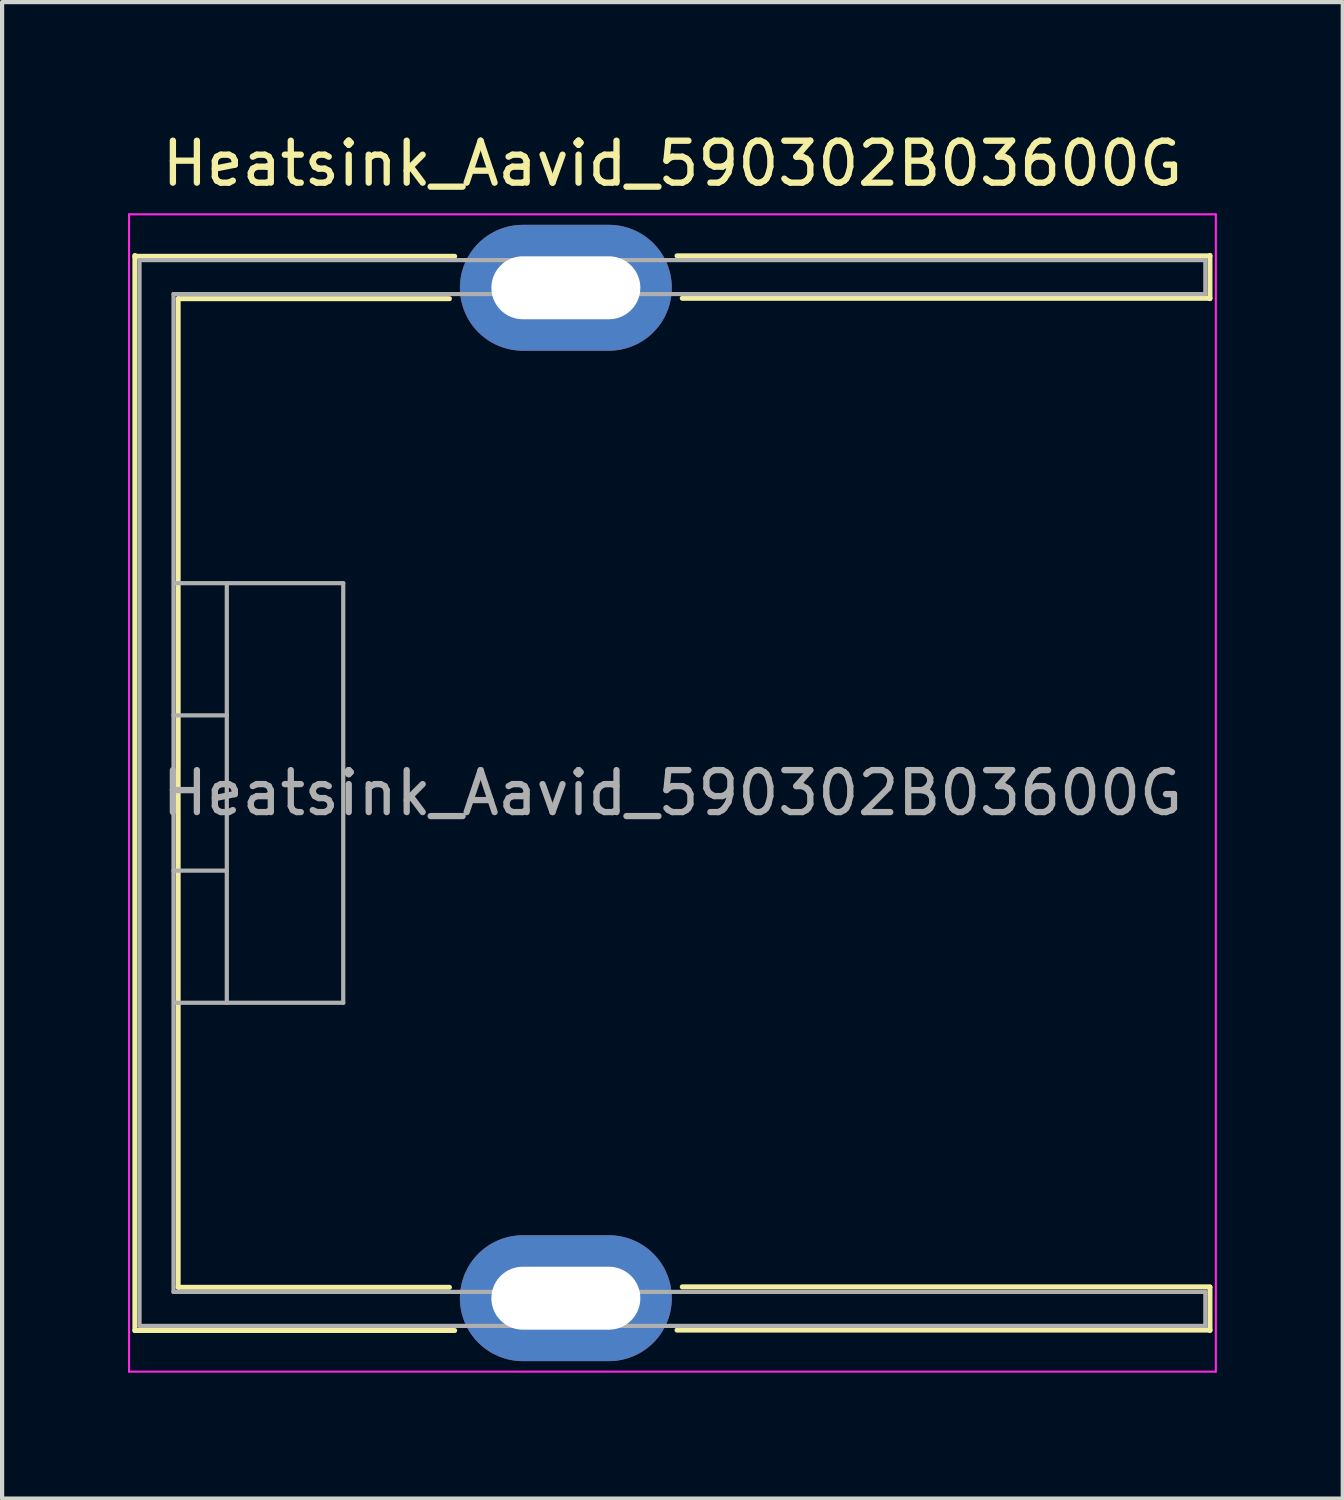
<source format=kicad_pcb>
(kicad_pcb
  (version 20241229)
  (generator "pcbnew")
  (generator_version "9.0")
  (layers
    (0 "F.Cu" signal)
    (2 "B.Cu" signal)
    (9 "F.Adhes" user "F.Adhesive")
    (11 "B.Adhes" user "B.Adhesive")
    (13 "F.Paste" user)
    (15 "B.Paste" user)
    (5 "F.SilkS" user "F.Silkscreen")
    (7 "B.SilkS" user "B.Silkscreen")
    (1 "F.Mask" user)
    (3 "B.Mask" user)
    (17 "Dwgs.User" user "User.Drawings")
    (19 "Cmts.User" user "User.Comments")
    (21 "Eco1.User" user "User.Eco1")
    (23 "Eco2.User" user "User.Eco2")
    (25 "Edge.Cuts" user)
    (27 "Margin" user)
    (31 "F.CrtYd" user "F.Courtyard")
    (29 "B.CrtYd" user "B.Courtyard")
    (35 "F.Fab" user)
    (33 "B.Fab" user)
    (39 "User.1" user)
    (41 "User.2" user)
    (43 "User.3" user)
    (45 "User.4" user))
  (footprint "Heatsink_Aavid_590302B03600G"
    (layer "F.Cu")
    (at 10.435 3.808)
    (property "Reference" "Heatsink_Aavid_590302B03600G" (at 2.54 -2.96 0) (layer "F.SilkS") (effects (font (size 1 1) (thickness 0.15))))
    (attr through_hole)
    (fp_line (start -10.27 -0.77) (end -10.27 24.85) (stroke (width 0.12) (type solid)) (layer "F.SilkS"))
    (fp_line (start -10.27 -0.75) (end -2.65 -0.75) (stroke (width 0.12) (type solid)) (layer "F.SilkS"))
    (fp_line (start -10.27 24.85) (end -2.65 24.85) (stroke (width 0.12) (type solid)) (layer "F.SilkS"))
    (fp_line (start -9.24 0.26) (end -9.24 23.82) (stroke (width 0.12) (type solid)) (layer "F.SilkS"))
    (fp_line (start -9.24 0.26) (end -2.775 0.26) (stroke (width 0.12) (type solid)) (layer "F.SilkS"))
    (fp_line (start -9.24 23.82) (end -2.775 23.82) (stroke (width 0.12) (type solid)) (layer "F.SilkS"))
    (fp_line (start 2.65 -0.76) (end 15.35 -0.76) (stroke (width 0.12) (type solid)) (layer "F.SilkS"))
    (fp_line (start 2.65 24.84) (end 15.35 24.84) (stroke (width 0.12) (type solid)) (layer "F.SilkS"))
    (fp_line (start 2.775 0.25) (end 15.35 0.25) (stroke (width 0.12) (type solid)) (layer "F.SilkS"))
    (fp_line (start 2.775 23.81) (end 15.35 23.81) (stroke (width 0.12) (type solid)) (layer "F.SilkS"))
    (fp_line (start 15.35 -0.77) (end 15.35 0.26) (stroke (width 0.12) (type solid)) (layer "F.SilkS"))
    (fp_line (start 15.35 24.85) (end 15.35 23.82) (stroke (width 0.12) (type solid)) (layer "F.SilkS"))
    (fp_line (start -10.41 -1.75) (end -10.41 25.83) (stroke (width 0.05) (type solid)) (layer "F.CrtYd"))
    (fp_line (start -10.41 25.83) (end 15.49 25.83) (stroke (width 0.05) (type solid)) (layer "F.CrtYd"))
    (fp_line (start 15.49 -1.75) (end -10.41 -1.75) (stroke (width 0.05) (type solid)) (layer "F.CrtYd"))
    (fp_line (start 15.49 -1.75) (end 15.49 25.83) (stroke (width 0.05) (type solid)) (layer "F.CrtYd"))
    (fp_line (start -10.16 -0.66) (end -10.16 24.74) (stroke (width 0.1) (type solid)) (layer "F.Fab"))
    (fp_line (start -10.16 -0.66) (end 15.24 -0.66) (stroke (width 0.1) (type solid)) (layer "F.Fab"))
    (fp_line (start -9.35 0.15) (end -9.35 23.93) (stroke (width 0.1) (type solid)) (layer "F.Fab"))
    (fp_line (start -9.35 0.15) (end 15.24 0.15) (stroke (width 0.1) (type solid)) (layer "F.Fab"))
    (fp_line (start -9.35 10.19) (end -8.08 10.19) (stroke (width 0.1) (type solid)) (layer "F.Fab"))
    (fp_line (start -9.35 13.89) (end -8.08 13.89) (stroke (width 0.1) (type solid)) (layer "F.Fab"))
    (fp_line (start -9.305 7.04) (end -5.305 7.04) (stroke (width 0.1) (type solid)) (layer "F.Fab"))
    (fp_line (start -8.08 7.04) (end -8.08 17.04) (stroke (width 0.1) (type solid)) (layer "F.Fab"))
    (fp_line (start -5.305 7.04) (end -5.305 17.04) (stroke (width 0.1) (type solid)) (layer "F.Fab"))
    (fp_line (start -5.305 17.04) (end -9.305 17.04) (stroke (width 0.1) (type solid)) (layer "F.Fab"))
    (fp_line (start 15.24 -0.66) (end 15.24 0.15) (stroke (width 0.1) (type solid)) (layer "F.Fab"))
    (fp_line (start 15.24 23.93) (end -9.35 23.93) (stroke (width 0.1) (type solid)) (layer "F.Fab"))
    (fp_line (start 15.24 23.93) (end 15.24 24.74) (stroke (width 0.1) (type solid)) (layer "F.Fab"))
    (fp_line (start 15.24 24.74) (end -10.155 24.74) (stroke (width 0.1) (type solid)) (layer "F.Fab"))
    (fp_text user "${REFERENCE}" (at 2.54 12.04 0) (layer "F.Fab") (effects (font (size 1 1) (thickness 0.15))))
    (pad "1" thru_hole oval (at 0 0) (size 5.05 3) (drill oval 3.55 1.5) (layers "*.Cu" "*.Mask"))
    (pad "2" thru_hole oval (at 0 24.08) (size 5.05 3) (drill oval 3.55 1.5) (layers "*.Cu" "*.Mask")))
  (gr_rect
    (start -3 -3)
    (end 28.95 32.663)
    (stroke (width 0.1) (type default))
    (fill no)
    (layer "Edge.Cuts")))
</source>
